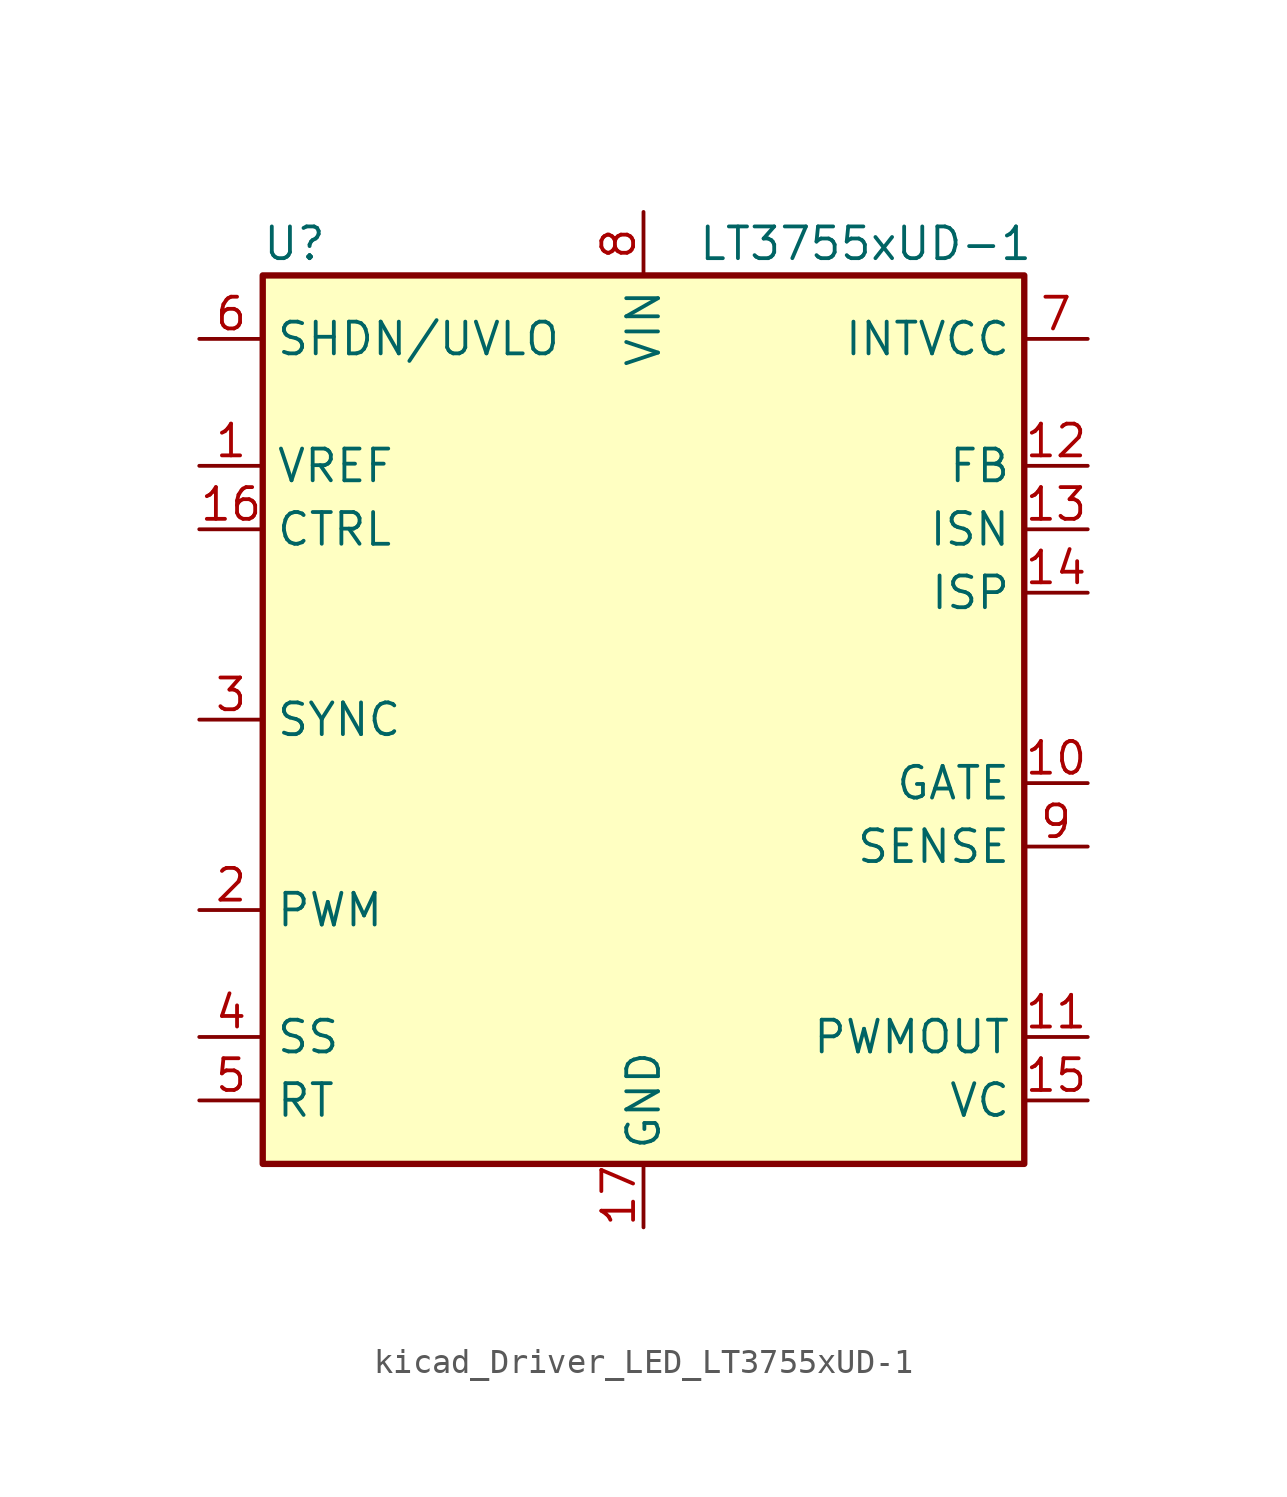
<source format=kicad_sym>
(kicad_symbol_lib
  (version 20220914)
  (generator kicad_symbol_editor)
  (symbol "kicad_Driver_LED_LT3755xUD-1"
    (property "Reference" "U"
      (at -13.97 19.05 0)
      (effects (font (size 1.27 1.27))))
    (property "Value" "LT3755xUD-1"
      (at 8.89 19.05 0)
      (effects (font (size 1.27 1.27))))
    (symbol "kicad_Driver_LED_LT3755xUD-1_0_1"
      (rectangle (start -15.24 -17.78) (end 15.24 17.78) (stroke (width 0.254) (type default)) (fill (type background))))
    (symbol "kicad_Driver_LED_LT3755xUD-1_1_1"
      (pin output line (at -17.78 10.16 0) (length 2.54) (name "VREF" (effects (font (size 1.27 1.27)))) (number "1" (effects (font (size 1.27 1.27)))))
      (pin output line (at 17.78 -2.54 180) (length 2.54) (name "GATE" (effects (font (size 1.27 1.27)))) (number "10" (effects (font (size 1.27 1.27)))))
      (pin output line (at 17.78 -12.7 180) (length 2.54) (name "PWMOUT" (effects (font (size 1.27 1.27)))) (number "11" (effects (font (size 1.27 1.27)))))
      (pin input line (at 17.78 10.16 180) (length 2.54) (name "FB" (effects (font (size 1.27 1.27)))) (number "12" (effects (font (size 1.27 1.27)))))
      (pin input line (at 17.78 7.62 180) (length 2.54) (name "ISN" (effects (font (size 1.27 1.27)))) (number "13" (effects (font (size 1.27 1.27)))))
      (pin input line (at 17.78 5.08 180) (length 2.54) (name "ISP" (effects (font (size 1.27 1.27)))) (number "14" (effects (font (size 1.27 1.27)))))
      (pin output line (at 17.78 -15.24 180) (length 2.54) (name "VC" (effects (font (size 1.27 1.27)))) (number "15" (effects (font (size 1.27 1.27)))))
      (pin input line (at -17.78 7.62 0) (length 2.54) (name "CTRL" (effects (font (size 1.27 1.27)))) (number "16" (effects (font (size 1.27 1.27)))))
      (pin power_in line (at 0 -20.32 90) (length 2.54) (name "GND" (effects (font (size 1.27 1.27)))) (number "17" (effects (font (size 1.27 1.27)))))
      (pin input line (at -17.78 -7.62 0) (length 2.54) (name "PWM" (effects (font (size 1.27 1.27)))) (number "2" (effects (font (size 1.27 1.27)))))
      (pin input line (at -17.78 0 0) (length 2.54) (name "SYNC" (effects (font (size 1.27 1.27)))) (number "3" (effects (font (size 1.27 1.27)))))
      (pin input line (at -17.78 -12.7 0) (length 2.54) (name "SS" (effects (font (size 1.27 1.27)))) (number "4" (effects (font (size 1.27 1.27)))))
      (pin input line (at -17.78 -15.24 0) (length 2.54) (name "RT" (effects (font (size 1.27 1.27)))) (number "5" (effects (font (size 1.27 1.27)))))
      (pin input line (at -17.78 15.24 0) (length 2.54) (name "SHDN/UVLO" (effects (font (size 1.27 1.27)))) (number "6" (effects (font (size 1.27 1.27)))))
      (pin power_out line (at 17.78 15.24 180) (length 2.54) (name "INTVCC" (effects (font (size 1.27 1.27)))) (number "7" (effects (font (size 1.27 1.27)))))
      (pin power_in line (at 0 20.32 270) (length 2.54) (name "VIN" (effects (font (size 1.27 1.27)))) (number "8" (effects (font (size 1.27 1.27)))))
      (pin input line (at 17.78 -5.08 180) (length 2.54) (name "SENSE" (effects (font (size 1.27 1.27)))) (number "9" (effects (font (size 1.27 1.27))))))))
</source>
